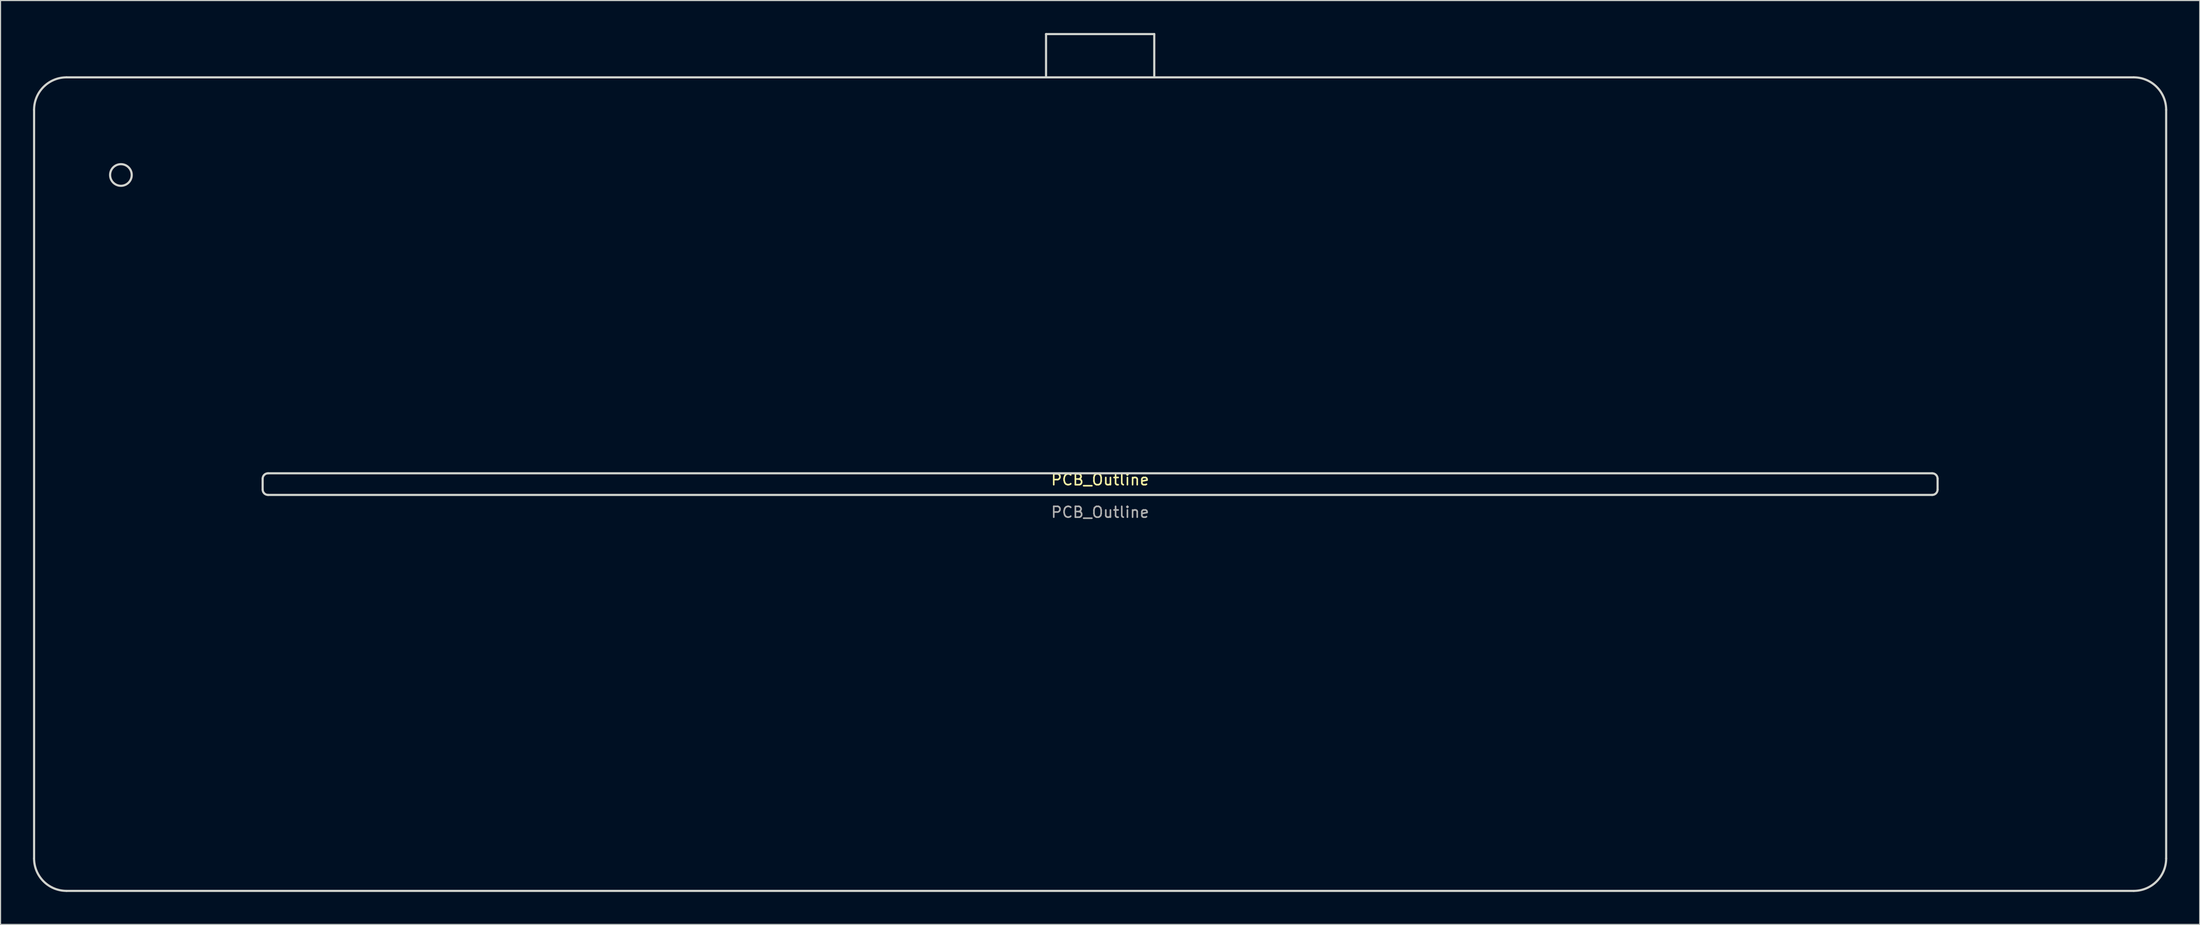
<source format=kicad_pcb>
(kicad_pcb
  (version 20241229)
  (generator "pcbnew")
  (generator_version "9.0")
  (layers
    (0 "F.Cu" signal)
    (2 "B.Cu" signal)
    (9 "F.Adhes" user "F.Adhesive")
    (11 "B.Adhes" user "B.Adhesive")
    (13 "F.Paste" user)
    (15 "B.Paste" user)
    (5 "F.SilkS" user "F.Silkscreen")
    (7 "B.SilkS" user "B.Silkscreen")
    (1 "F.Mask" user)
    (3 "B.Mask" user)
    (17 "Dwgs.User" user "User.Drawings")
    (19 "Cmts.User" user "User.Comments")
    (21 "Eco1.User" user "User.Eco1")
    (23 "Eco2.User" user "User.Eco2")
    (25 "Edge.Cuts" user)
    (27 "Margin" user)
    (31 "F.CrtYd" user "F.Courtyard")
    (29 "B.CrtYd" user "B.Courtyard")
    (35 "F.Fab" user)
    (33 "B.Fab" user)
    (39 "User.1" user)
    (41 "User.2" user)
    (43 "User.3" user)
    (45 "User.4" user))
  (footprint "PCB_Outline"
    (layer "F.Cu")
    (at 98.612 39.7)
    (property "Reference" "PCB_Outline" (at 0 1.6 0) (unlocked yes) (layer "F.SilkS") (effects (font (size 1 1) (thickness 0.15))))
    (fp_line (start -98.512 36.6) (end -98.512 -32.6) (stroke (width 0.2) (type solid)) (layer "Edge.Cuts"))
    (fp_line (start -95.512 -35.6) (end 95.512 -35.6) (stroke (width 0.2) (type solid)) (layer "Edge.Cuts"))
    (fp_line (start -77.391 2.5) (end -77.391 1.5) (stroke (width 0.2) (type solid)) (layer "Edge.Cuts"))
    (fp_line (start -76.891 1) (end 76.891 1) (stroke (width 0.2) (type solid)) (layer "Edge.Cuts"))
    (fp_line (start -4.997 -39.6) (end 5.003 -39.6) (stroke (width 0.2) (type solid)) (layer "Edge.Cuts"))
    (fp_line (start -4.997 -35.6) (end -4.997 -39.6) (stroke (width 0.2) (type solid)) (layer "Edge.Cuts"))
    (fp_line (start 5.003 -39.6) (end 5.003 -35.6) (stroke (width 0.2) (type solid)) (layer "Edge.Cuts"))
    (fp_line (start 76.891 3) (end -76.891 3) (stroke (width 0.2) (type solid)) (layer "Edge.Cuts"))
    (fp_line (start 77.391 1.5) (end 77.391 2.5) (stroke (width 0.2) (type solid)) (layer "Edge.Cuts"))
    (fp_line (start 95.512 39.6) (end -95.512 39.6) (stroke (width 0.2) (type solid)) (layer "Edge.Cuts"))
    (fp_line (start 98.512 -32.6) (end 98.512 36.6) (stroke (width 0.2) (type solid)) (layer "Edge.Cuts"))
    (fp_arc (start -98.512497 -32.599998) (mid -97.633818 -34.72132) (end -95.512497 -35.599998) (stroke (width 0.2) (type solid)) (layer "Edge.Cuts"))
    (fp_arc (start -95.512497 39.599999) (mid -97.633818 38.72132) (end -98.512497 36.599999) (stroke (width 0.2) (type solid)) (layer "Edge.Cuts"))
    (fp_arc (start -77.390627 1.500002) (mid -77.244182 1.14644) (end -76.890627 1.000002) (stroke (width 0.2) (type solid)) (layer "Edge.Cuts"))
    (fp_arc (start -76.890627 3.000002) (mid -77.244164 2.853547) (end -77.390627 2.500002) (stroke (width 0.2) (type solid)) (layer "Edge.Cuts"))
    (fp_arc (start 76.890623 1.000002) (mid 77.24416 1.146457) (end 77.390623 1.500002) (stroke (width 0.2) (type solid)) (layer "Edge.Cuts"))
    (fp_arc (start 77.390623 2.500002) (mid 77.244178 2.853564) (end 76.890623 3.000002) (stroke (width 0.2) (type solid)) (layer "Edge.Cuts"))
    (fp_arc (start 95.512498 -35.599998) (mid 97.633818 -34.721318) (end 98.512498 -32.599998) (stroke (width 0.2) (type solid)) (layer "Edge.Cuts"))
    (fp_arc (start 98.512498 36.599999) (mid 97.633819 38.721321) (end 95.512498 39.599999) (stroke (width 0.2) (type solid)) (layer "Edge.Cuts"))
    (fp_circle (center -90.488 -26.575) (end -89.488 -26.575) (stroke (width 0.2) (type solid)) (fill no) (layer "Edge.Cuts"))
    (fp_text user "${REFERENCE}" (at 0 4.6 0) (unlocked yes) (layer "F.Fab") (effects (font (size 1 1) (thickness 0.15)))))
  (gr_rect
    (start -3 -3)
    (end 200.225 82.4)
    (stroke (width 0.1) (type default))
    (fill no)
    (layer "Edge.Cuts")))
</source>
